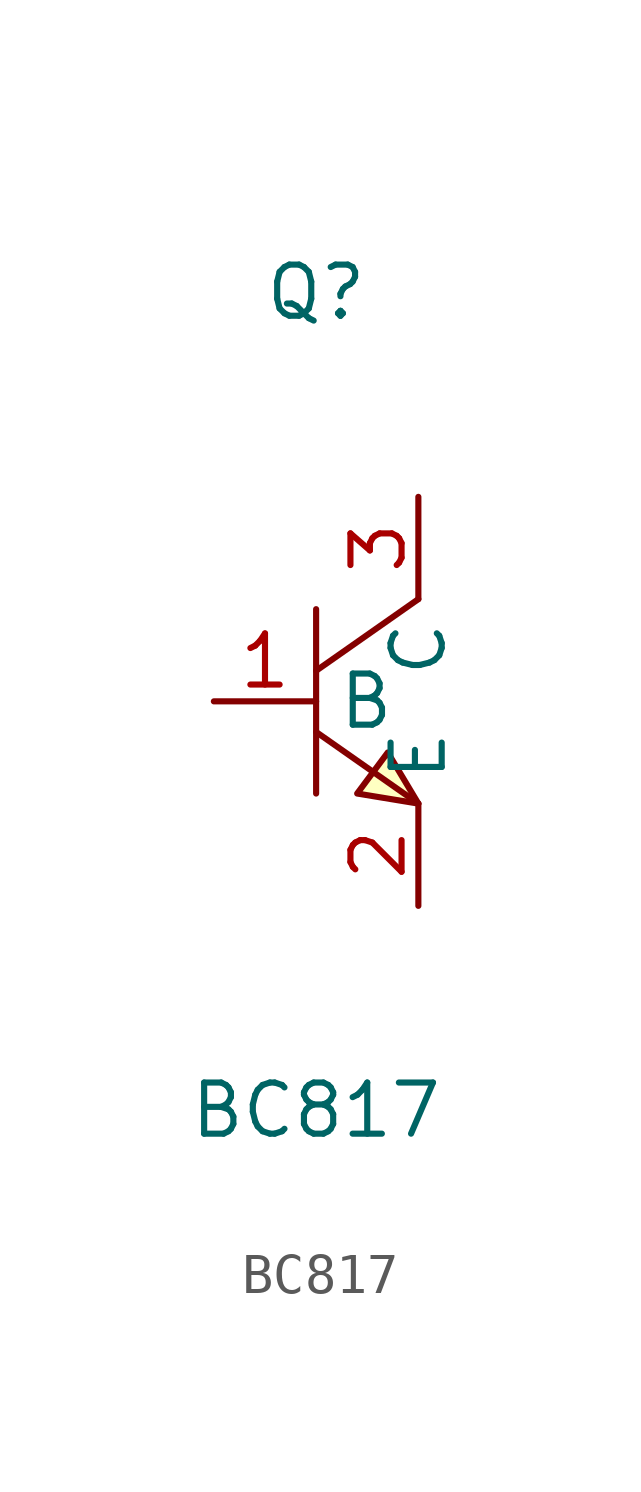
<source format=kicad_sym>
(kicad_symbol_lib
  (version 1)
  (generator "faebryk")
  (symbol "BC817"
    (property "Reference" "Q"
      (at 0 10.16 0)
      (effects (font (size 1.27 1.27)) (hide no)))
    (property "Value" "BC817"
      (at 0 -10.16 0)
      (effects (font (size 1.27 1.27)) (hide no)))
    (symbol "BC817_0_1"
      (polyline (stroke (width 0) (type default) (color 0 0 0 0)) (fill (type none)) (pts (xy 2.54 2.54) (xy 0 0.76)))
      (polyline (stroke (width 0) (type default) (color 0 0 0 0)) (fill (type none)) (pts (xy 0 -0.76) (xy 2.54 -2.54)))
      (polyline (stroke (width 0) (type default) (color 0 0 0 0)) (fill (type none)) (pts (xy 0 2.29) (xy 0 -2.29)))
      (polyline (stroke (width 0) (type default) (color 0 0 0 0)) (fill (type background)) (pts (xy 2.54 -2.54) (xy 1.78 -1.27) (xy 1.02 -2.29) (xy 2.54 -2.54)))
      (pin unspecified line (at 2.54 5.08 270) (length 2.54) (name "C" (effects (font (size 1.27 1.27)) (hide no))) (number "3" (effects (font (size 1.27 1.27)) (hide no))))
      (pin unspecified line (at -2.54 0 0) (length 2.54) (name "B" (effects (font (size 1.27 1.27)) (hide no))) (number "1" (effects (font (size 1.27 1.27)) (hide no))))
      (pin unspecified line (at 2.54 -5.08 90) (length 2.54) (name "E" (effects (font (size 1.27 1.27)) (hide no))) (number "2" (effects (font (size 1.27 1.27)) (hide no)))))))
</source>
